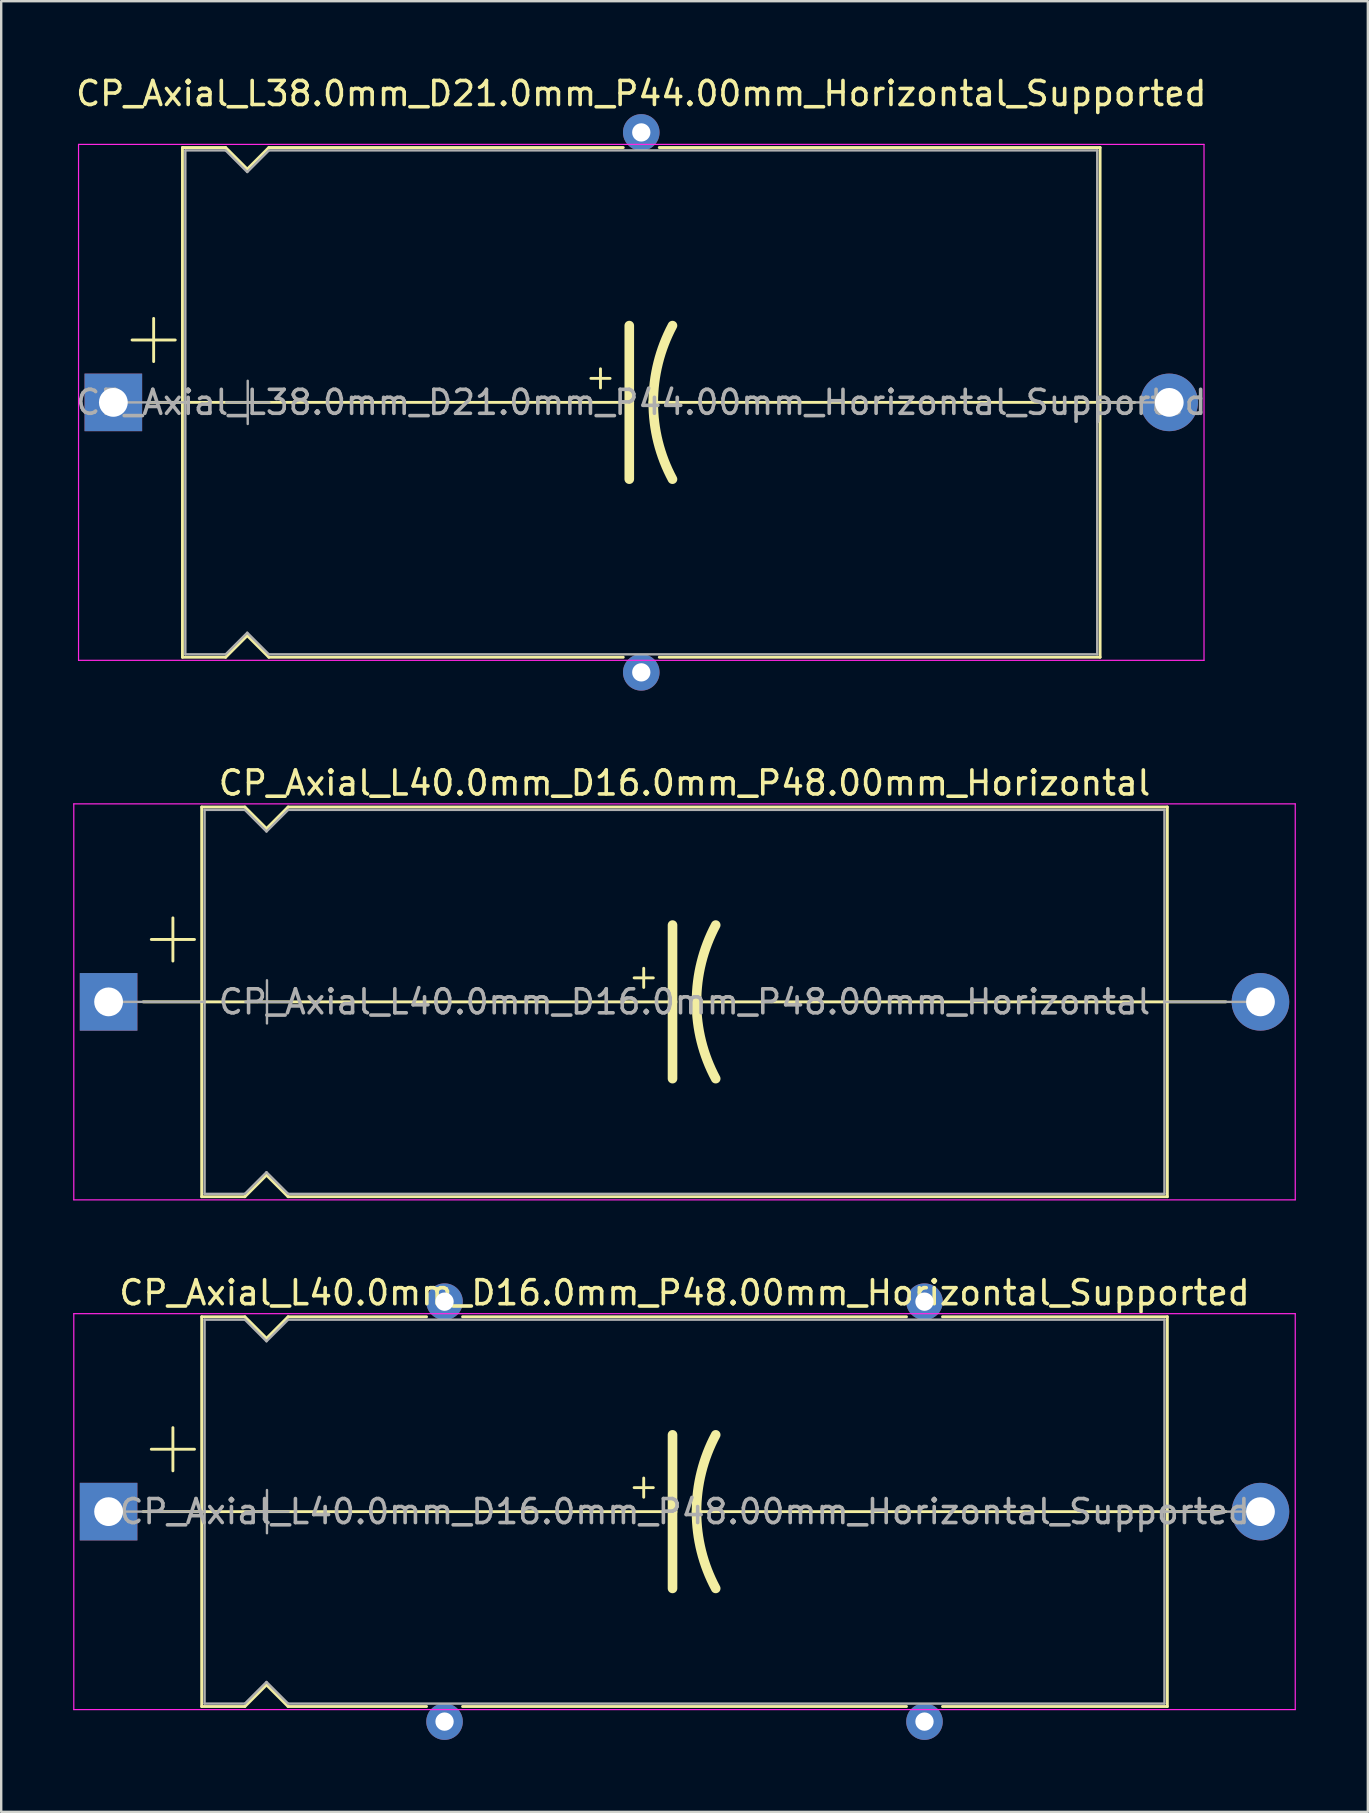
<source format=kicad_pcb>
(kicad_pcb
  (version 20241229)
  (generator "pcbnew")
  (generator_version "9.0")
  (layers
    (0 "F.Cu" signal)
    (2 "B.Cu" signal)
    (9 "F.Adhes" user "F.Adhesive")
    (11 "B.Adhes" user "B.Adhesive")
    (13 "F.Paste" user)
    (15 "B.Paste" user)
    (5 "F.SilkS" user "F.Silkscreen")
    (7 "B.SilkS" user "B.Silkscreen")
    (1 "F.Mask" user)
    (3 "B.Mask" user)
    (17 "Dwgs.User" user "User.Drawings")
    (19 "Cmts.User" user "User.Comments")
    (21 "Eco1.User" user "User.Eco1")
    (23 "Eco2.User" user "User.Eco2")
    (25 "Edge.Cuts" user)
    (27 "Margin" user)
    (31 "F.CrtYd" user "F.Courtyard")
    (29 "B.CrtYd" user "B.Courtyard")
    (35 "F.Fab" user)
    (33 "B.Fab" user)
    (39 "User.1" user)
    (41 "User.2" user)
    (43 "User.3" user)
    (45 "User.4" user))
  (footprint "CP_Axial_L40.0mm_D16.0mm_P48.00mm_Horizontal"
    (layer "F.Cu")
    (at 1.475 38.699)
    (property "Reference" "CP_Axial_L40.0mm_D16.0mm_P48.00mm_Horizontal" (at 24 -9.12 0) (layer "F.SilkS") (effects (font (size 1 1) (thickness 0.15))))
    (attr through_hole)
    (fp_line (start 1.44 0) (end 3.88 0) (stroke (width 0.12) (type solid)) (layer "F.SilkS"))
    (fp_line (start 1.78 -2.6) (end 3.58 -2.6) (stroke (width 0.12) (type solid)) (layer "F.SilkS"))
    (fp_line (start 2.68 -3.5) (end 2.68 -1.7) (stroke (width 0.12) (type solid)) (layer "F.SilkS"))
    (fp_line (start 3.88 -8.12) (end 3.88 8.12) (stroke (width 0.12) (type solid)) (layer "F.SilkS"))
    (fp_line (start 3.88 -8.12) (end 5.68 -8.12) (stroke (width 0.12) (type solid)) (layer "F.SilkS"))
    (fp_line (start 3.88 0) (end 23.5 0) (stroke (width 0.12) (type solid)) (layer "F.SilkS"))
    (fp_line (start 3.88 8.12) (end 5.68 8.12) (stroke (width 0.12) (type solid)) (layer "F.SilkS"))
    (fp_line (start 5.68 -8.12) (end 6.58 -7.22) (stroke (width 0.12) (type solid)) (layer "F.SilkS"))
    (fp_line (start 5.68 8.12) (end 6.58 7.22) (stroke (width 0.12) (type solid)) (layer "F.SilkS"))
    (fp_line (start 6.58 -7.22) (end 7.48 -8.12) (stroke (width 0.12) (type solid)) (layer "F.SilkS"))
    (fp_line (start 6.58 7.22) (end 7.48 8.12) (stroke (width 0.12) (type solid)) (layer "F.SilkS"))
    (fp_line (start 7.48 -8.12) (end 44.12 -8.12) (stroke (width 0.12) (type solid)) (layer "F.SilkS"))
    (fp_line (start 7.48 8.12) (end 44.12 8.12) (stroke (width 0.12) (type solid)) (layer "F.SilkS"))
    (fp_line (start 21.9 -1) (end 22.7 -1) (stroke (width 0.12) (type solid)) (layer "F.SilkS"))
    (fp_line (start 22.3 -1.4) (end 22.3 -0.6) (stroke (width 0.12) (type solid)) (layer "F.SilkS"))
    (fp_line (start 23.5 0) (end 23.5 -3.2) (stroke (width 0.4) (type solid)) (layer "F.SilkS"))
    (fp_line (start 23.5 0) (end 23.5 3.2) (stroke (width 0.4) (type solid)) (layer "F.SilkS"))
    (fp_line (start 44.12 -8.12) (end 44.12 8.12) (stroke (width 0.12) (type solid)) (layer "F.SilkS"))
    (fp_line (start 44.12 0) (end 24.5 0) (stroke (width 0.12) (type solid)) (layer "F.SilkS"))
    (fp_line (start 46.56 0) (end 44.12 0) (stroke (width 0.12) (type solid)) (layer "F.SilkS"))
    (fp_arc (start 24.5 0) (mid 24.703545 -1.649114) (end 25.3 -3.2) (stroke (width 0.4) (type solid)) (layer "F.SilkS"))
    (fp_arc (start 25.3 3.2) (mid 24.700709 1.649823) (end 24.5 0) (stroke (width 0.4) (type solid)) (layer "F.SilkS"))
    (fp_line (start -1.45 -8.25) (end -1.45 8.25) (stroke (width 0.05) (type solid)) (layer "F.CrtYd"))
    (fp_line (start -1.45 8.25) (end 49.45 8.25) (stroke (width 0.05) (type solid)) (layer "F.CrtYd"))
    (fp_line (start 49.45 -8.25) (end -1.45 -8.25) (stroke (width 0.05) (type solid)) (layer "F.CrtYd"))
    (fp_line (start 49.45 8.25) (end 49.45 -8.25) (stroke (width 0.05) (type solid)) (layer "F.CrtYd"))
    (fp_line (start 0 0) (end 4 0) (stroke (width 0.1) (type solid)) (layer "F.Fab"))
    (fp_line (start 4 -8) (end 4 8) (stroke (width 0.1) (type solid)) (layer "F.Fab"))
    (fp_line (start 4 -8) (end 5.68 -8) (stroke (width 0.1) (type solid)) (layer "F.Fab"))
    (fp_line (start 4 8) (end 5.68 8) (stroke (width 0.1) (type solid)) (layer "F.Fab"))
    (fp_line (start 5.68 -8) (end 6.58 -7.1) (stroke (width 0.1) (type solid)) (layer "F.Fab"))
    (fp_line (start 5.68 8) (end 6.58 7.1) (stroke (width 0.1) (type solid)) (layer "F.Fab"))
    (fp_line (start 5.7 0) (end 7.5 0) (stroke (width 0.1) (type solid)) (layer "F.Fab"))
    (fp_line (start 6.58 -7.1) (end 7.48 -8) (stroke (width 0.1) (type solid)) (layer "F.Fab"))
    (fp_line (start 6.58 7.1) (end 7.48 8) (stroke (width 0.1) (type solid)) (layer "F.Fab"))
    (fp_line (start 6.6 -0.9) (end 6.6 0.9) (stroke (width 0.1) (type solid)) (layer "F.Fab"))
    (fp_line (start 7.48 -8) (end 44 -8) (stroke (width 0.1) (type solid)) (layer "F.Fab"))
    (fp_line (start 7.48 8) (end 44 8) (stroke (width 0.1) (type solid)) (layer "F.Fab"))
    (fp_line (start 44 -8) (end 44 8) (stroke (width 0.1) (type solid)) (layer "F.Fab"))
    (fp_line (start 48 0) (end 44 0) (stroke (width 0.1) (type solid)) (layer "F.Fab"))
    (fp_text user "${REFERENCE}" (at 24 0 0) (layer "F.Fab") (effects (font (size 1 1) (thickness 0.15))))
    (pad "1" thru_hole rect (at 0 0) (size 2.4 2.4) (drill 1.2) (layers "*.Cu" "*.Mask"))
    (pad "2" thru_hole oval (at 48 0) (size 2.4 2.4) (drill 1.2) (layers "*.Cu" "*.Mask")))
  (footprint "CP_Axial_L38.0mm_D21.0mm_P44.00mm_Horizontal_Supported"
    (layer "F.Cu")
    (at 1.673 13.718)
    (property "Reference" "CP_Axial_L38.0mm_D21.0mm_P44.00mm_Horizontal_Supported" (at 22 -12.87 0) (layer "F.SilkS") (effects (font (size 1 1) (thickness 0.15))))
    (attr through_hole)
    (fp_line (start 0.78 -2.6) (end 2.58 -2.6) (stroke (width 0.12) (type solid)) (layer "F.SilkS"))
    (fp_line (start 1.44 0) (end 2.88 0) (stroke (width 0.12) (type solid)) (layer "F.SilkS"))
    (fp_line (start 1.68 -3.5) (end 1.68 -1.7) (stroke (width 0.12) (type solid)) (layer "F.SilkS"))
    (fp_line (start 2.88 -10.62) (end 2.88 10.62) (stroke (width 0.12) (type solid)) (layer "F.SilkS"))
    (fp_line (start 2.88 -10.62) (end 4.68 -10.62) (stroke (width 0.12) (type solid)) (layer "F.SilkS"))
    (fp_line (start 2.88 0) (end 21.5 0) (stroke (width 0.12) (type solid)) (layer "F.SilkS"))
    (fp_line (start 2.88 10.62) (end 4.68 10.62) (stroke (width 0.12) (type solid)) (layer "F.SilkS"))
    (fp_line (start 4.68 -10.62) (end 5.58 -9.72) (stroke (width 0.12) (type solid)) (layer "F.SilkS"))
    (fp_line (start 4.68 10.62) (end 5.58 9.72) (stroke (width 0.12) (type solid)) (layer "F.SilkS"))
    (fp_line (start 5.58 -9.72) (end 6.48 -10.62) (stroke (width 0.12) (type solid)) (layer "F.SilkS"))
    (fp_line (start 5.58 9.72) (end 6.48 10.62) (stroke (width 0.12) (type solid)) (layer "F.SilkS"))
    (fp_line (start 6.48 -10.62) (end 21.25 -10.62) (stroke (width 0.12) (type solid)) (layer "F.SilkS"))
    (fp_line (start 6.48 10.62) (end 21.25 10.62) (stroke (width 0.12) (type solid)) (layer "F.SilkS"))
    (fp_line (start 19.9 -1) (end 20.7 -1) (stroke (width 0.12) (type solid)) (layer "F.SilkS"))
    (fp_line (start 20.3 -1.4) (end 20.3 -0.6) (stroke (width 0.12) (type solid)) (layer "F.SilkS"))
    (fp_line (start 21.5 0) (end 21.5 -3.2) (stroke (width 0.4) (type solid)) (layer "F.SilkS"))
    (fp_line (start 21.5 0) (end 21.5 3.2) (stroke (width 0.4) (type solid)) (layer "F.SilkS"))
    (fp_line (start 22.75 -10.62) (end 41.12 -10.62) (stroke (width 0.12) (type solid)) (layer "F.SilkS"))
    (fp_line (start 22.75 10.62) (end 41.12 10.62) (stroke (width 0.12) (type solid)) (layer "F.SilkS"))
    (fp_line (start 41.12 -10.62) (end 41.12 10.62) (stroke (width 0.12) (type solid)) (layer "F.SilkS"))
    (fp_line (start 41.12 0) (end 22.5 0) (stroke (width 0.12) (type solid)) (layer "F.SilkS"))
    (fp_line (start 42.56 0) (end 41.12 0) (stroke (width 0.12) (type solid)) (layer "F.SilkS"))
    (fp_arc (start 22.5 0) (mid 22.703545 -1.649114) (end 23.3 -3.2) (stroke (width 0.4) (type solid)) (layer "F.SilkS"))
    (fp_arc (start 23.3 3.2) (mid 22.700709 1.649823) (end 22.5 0) (stroke (width 0.4) (type solid)) (layer "F.SilkS"))
    (fp_line (start -1.45 -10.75) (end -1.45 10.75) (stroke (width 0.05) (type solid)) (layer "F.CrtYd"))
    (fp_line (start -1.45 10.75) (end 45.45 10.75) (stroke (width 0.05) (type solid)) (layer "F.CrtYd"))
    (fp_line (start 45.45 -10.75) (end -1.45 -10.75) (stroke (width 0.05) (type solid)) (layer "F.CrtYd"))
    (fp_line (start 45.45 10.75) (end 45.45 -10.75) (stroke (width 0.05) (type solid)) (layer "F.CrtYd"))
    (fp_line (start 0 0) (end 3 0) (stroke (width 0.1) (type solid)) (layer "F.Fab"))
    (fp_line (start 3 -10.5) (end 3 10.5) (stroke (width 0.1) (type solid)) (layer "F.Fab"))
    (fp_line (start 3 -10.5) (end 4.68 -10.5) (stroke (width 0.1) (type solid)) (layer "F.Fab"))
    (fp_line (start 3 10.5) (end 4.68 10.5) (stroke (width 0.1) (type solid)) (layer "F.Fab"))
    (fp_line (start 4.68 -10.5) (end 5.58 -9.6) (stroke (width 0.1) (type solid)) (layer "F.Fab"))
    (fp_line (start 4.68 10.5) (end 5.58 9.6) (stroke (width 0.1) (type solid)) (layer "F.Fab"))
    (fp_line (start 4.7 0) (end 6.5 0) (stroke (width 0.1) (type solid)) (layer "F.Fab"))
    (fp_line (start 5.58 -9.6) (end 6.48 -10.5) (stroke (width 0.1) (type solid)) (layer "F.Fab"))
    (fp_line (start 5.58 9.6) (end 6.48 10.5) (stroke (width 0.1) (type solid)) (layer "F.Fab"))
    (fp_line (start 5.6 -0.9) (end 5.6 0.9) (stroke (width 0.1) (type solid)) (layer "F.Fab"))
    (fp_line (start 6.48 -10.5) (end 41 -10.5) (stroke (width 0.1) (type solid)) (layer "F.Fab"))
    (fp_line (start 6.48 10.5) (end 41 10.5) (stroke (width 0.1) (type solid)) (layer "F.Fab"))
    (fp_line (start 41 -10.5) (end 41 10.5) (stroke (width 0.1) (type solid)) (layer "F.Fab"))
    (fp_line (start 44 0) (end 41 0) (stroke (width 0.1) (type solid)) (layer "F.Fab"))
    (fp_text user "${REFERENCE}" (at 22 0 0) (layer "F.Fab") (effects (font (size 1 1) (thickness 0.15))))
    (pad "" thru_hole circle (at 22 -11.25) (size 1.524 1.524) (drill 0.762) (layers "*.Cu" "*.Mask"))
    (pad "" thru_hole circle (at 22 11.25) (size 1.524 1.524) (drill 0.762) (layers "*.Cu" "*.Mask"))
    (pad "1" thru_hole rect (at 0 0) (size 2.4 2.4) (drill 1.2) (layers "*.Cu" "*.Mask"))
    (pad "2" thru_hole oval (at 44 0) (size 2.4 2.4) (drill 1.2) (layers "*.Cu" "*.Mask")))
  (footprint "CP_Axial_L40.0mm_D16.0mm_P48.00mm_Horizontal_Supported"
    (layer "F.Cu")
    (at 1.475 59.942)
    (property "Reference" "CP_Axial_L40.0mm_D16.0mm_P48.00mm_Horizontal_Supported" (at 24 -9.12 0) (layer "F.SilkS") (effects (font (size 1 1) (thickness 0.15))))
    (attr through_hole)
    (fp_line (start 1.44 0) (end 3.88 0) (stroke (width 0.12) (type solid)) (layer "F.SilkS"))
    (fp_line (start 1.78 -2.6) (end 3.58 -2.6) (stroke (width 0.12) (type solid)) (layer "F.SilkS"))
    (fp_line (start 2.68 -3.5) (end 2.68 -1.7) (stroke (width 0.12) (type solid)) (layer "F.SilkS"))
    (fp_line (start 3.88 -8.12) (end 3.88 8.12) (stroke (width 0.12) (type solid)) (layer "F.SilkS"))
    (fp_line (start 3.88 -8.12) (end 5.68 -8.12) (stroke (width 0.12) (type solid)) (layer "F.SilkS"))
    (fp_line (start 3.88 0) (end 23.5 0) (stroke (width 0.12) (type solid)) (layer "F.SilkS"))
    (fp_line (start 3.88 8.12) (end 5.68 8.12) (stroke (width 0.12) (type solid)) (layer "F.SilkS"))
    (fp_line (start 5.68 -8.12) (end 6.58 -7.22) (stroke (width 0.12) (type solid)) (layer "F.SilkS"))
    (fp_line (start 5.68 8.12) (end 6.58 7.22) (stroke (width 0.12) (type solid)) (layer "F.SilkS"))
    (fp_line (start 6.58 -7.22) (end 7.48 -8.12) (stroke (width 0.12) (type solid)) (layer "F.SilkS"))
    (fp_line (start 6.58 7.22) (end 7.48 8.12) (stroke (width 0.12) (type solid)) (layer "F.SilkS"))
    (fp_line (start 7.48 -8.12) (end 13.25 -8.12) (stroke (width 0.12) (type solid)) (layer "F.SilkS"))
    (fp_line (start 7.48 8.12) (end 13.25 8.12) (stroke (width 0.12) (type solid)) (layer "F.SilkS"))
    (fp_line (start 14.75 -8.12) (end 33.25 -8.12) (stroke (width 0.12) (type solid)) (layer "F.SilkS"))
    (fp_line (start 14.75 8.12) (end 33.25 8.12) (stroke (width 0.12) (type solid)) (layer "F.SilkS"))
    (fp_line (start 21.9 -1) (end 22.7 -1) (stroke (width 0.12) (type solid)) (layer "F.SilkS"))
    (fp_line (start 22.3 -1.4) (end 22.3 -0.6) (stroke (width 0.12) (type solid)) (layer "F.SilkS"))
    (fp_line (start 23.5 0) (end 23.5 -3.2) (stroke (width 0.4) (type solid)) (layer "F.SilkS"))
    (fp_line (start 23.5 0) (end 23.5 3.2) (stroke (width 0.4) (type solid)) (layer "F.SilkS"))
    (fp_line (start 34.75 -8.12) (end 44.12 -8.12) (stroke (width 0.12) (type solid)) (layer "F.SilkS"))
    (fp_line (start 34.75 8.12) (end 44.12 8.12) (stroke (width 0.12) (type solid)) (layer "F.SilkS"))
    (fp_line (start 44.12 -8.12) (end 44.12 8.12) (stroke (width 0.12) (type solid)) (layer "F.SilkS"))
    (fp_line (start 44.12 0) (end 24.5 0) (stroke (width 0.12) (type solid)) (layer "F.SilkS"))
    (fp_line (start 46.56 0) (end 44.12 0) (stroke (width 0.12) (type solid)) (layer "F.SilkS"))
    (fp_arc (start 24.5 0) (mid 24.703545 -1.649114) (end 25.3 -3.2) (stroke (width 0.4) (type solid)) (layer "F.SilkS"))
    (fp_arc (start 25.3 3.2) (mid 24.700709 1.649823) (end 24.5 0) (stroke (width 0.4) (type solid)) (layer "F.SilkS"))
    (fp_line (start -1.45 -8.25) (end -1.45 8.25) (stroke (width 0.05) (type solid)) (layer "F.CrtYd"))
    (fp_line (start -1.45 8.25) (end 49.45 8.25) (stroke (width 0.05) (type solid)) (layer "F.CrtYd"))
    (fp_line (start 49.45 -8.25) (end -1.45 -8.25) (stroke (width 0.05) (type solid)) (layer "F.CrtYd"))
    (fp_line (start 49.45 8.25) (end 49.45 -8.25) (stroke (width 0.05) (type solid)) (layer "F.CrtYd"))
    (fp_line (start 0 0) (end 4 0) (stroke (width 0.1) (type solid)) (layer "F.Fab"))
    (fp_line (start 4 -8) (end 4 8) (stroke (width 0.1) (type solid)) (layer "F.Fab"))
    (fp_line (start 4 -8) (end 5.68 -8) (stroke (width 0.1) (type solid)) (layer "F.Fab"))
    (fp_line (start 4 8) (end 5.68 8) (stroke (width 0.1) (type solid)) (layer "F.Fab"))
    (fp_line (start 5.68 -8) (end 6.58 -7.1) (stroke (width 0.1) (type solid)) (layer "F.Fab"))
    (fp_line (start 5.68 8) (end 6.58 7.1) (stroke (width 0.1) (type solid)) (layer "F.Fab"))
    (fp_line (start 5.7 0) (end 7.5 0) (stroke (width 0.1) (type solid)) (layer "F.Fab"))
    (fp_line (start 6.58 -7.1) (end 7.48 -8) (stroke (width 0.1) (type solid)) (layer "F.Fab"))
    (fp_line (start 6.58 7.1) (end 7.48 8) (stroke (width 0.1) (type solid)) (layer "F.Fab"))
    (fp_line (start 6.6 -0.9) (end 6.6 0.9) (stroke (width 0.1) (type solid)) (layer "F.Fab"))
    (fp_line (start 7.48 -8) (end 44 -8) (stroke (width 0.1) (type solid)) (layer "F.Fab"))
    (fp_line (start 7.48 8) (end 44 8) (stroke (width 0.1) (type solid)) (layer "F.Fab"))
    (fp_line (start 44 -8) (end 44 8) (stroke (width 0.1) (type solid)) (layer "F.Fab"))
    (fp_line (start 48 0) (end 44 0) (stroke (width 0.1) (type solid)) (layer "F.Fab"))
    (fp_text user "${REFERENCE}" (at 24 0 0) (layer "F.Fab") (effects (font (size 1 1) (thickness 0.15))))
    (pad "" thru_hole circle (at 14 -8.75) (size 1.524 1.524) (drill 0.762) (layers "*.Cu" "*.Mask"))
    (pad "" thru_hole circle (at 14 8.75) (size 1.524 1.524) (drill 0.762) (layers "*.Cu" "*.Mask"))
    (pad "" thru_hole circle (at 34 -8.75) (size 1.524 1.524) (drill 0.762) (layers "*.Cu" "*.Mask"))
    (pad "" thru_hole circle (at 34 8.75) (size 1.524 1.524) (drill 0.762) (layers "*.Cu" "*.Mask"))
    (pad "1" thru_hole rect (at 0 0) (size 2.4 2.4) (drill 1.2) (layers "*.Cu" "*.Mask"))
    (pad "2" thru_hole oval (at 48 0) (size 2.4 2.4) (drill 1.2) (layers "*.Cu" "*.Mask")))
  (gr_rect
    (start -3 -3)
    (end 53.95 72.454)
    (stroke (width 0.1) (type default))
    (fill no)
    (layer "Edge.Cuts")))
</source>
